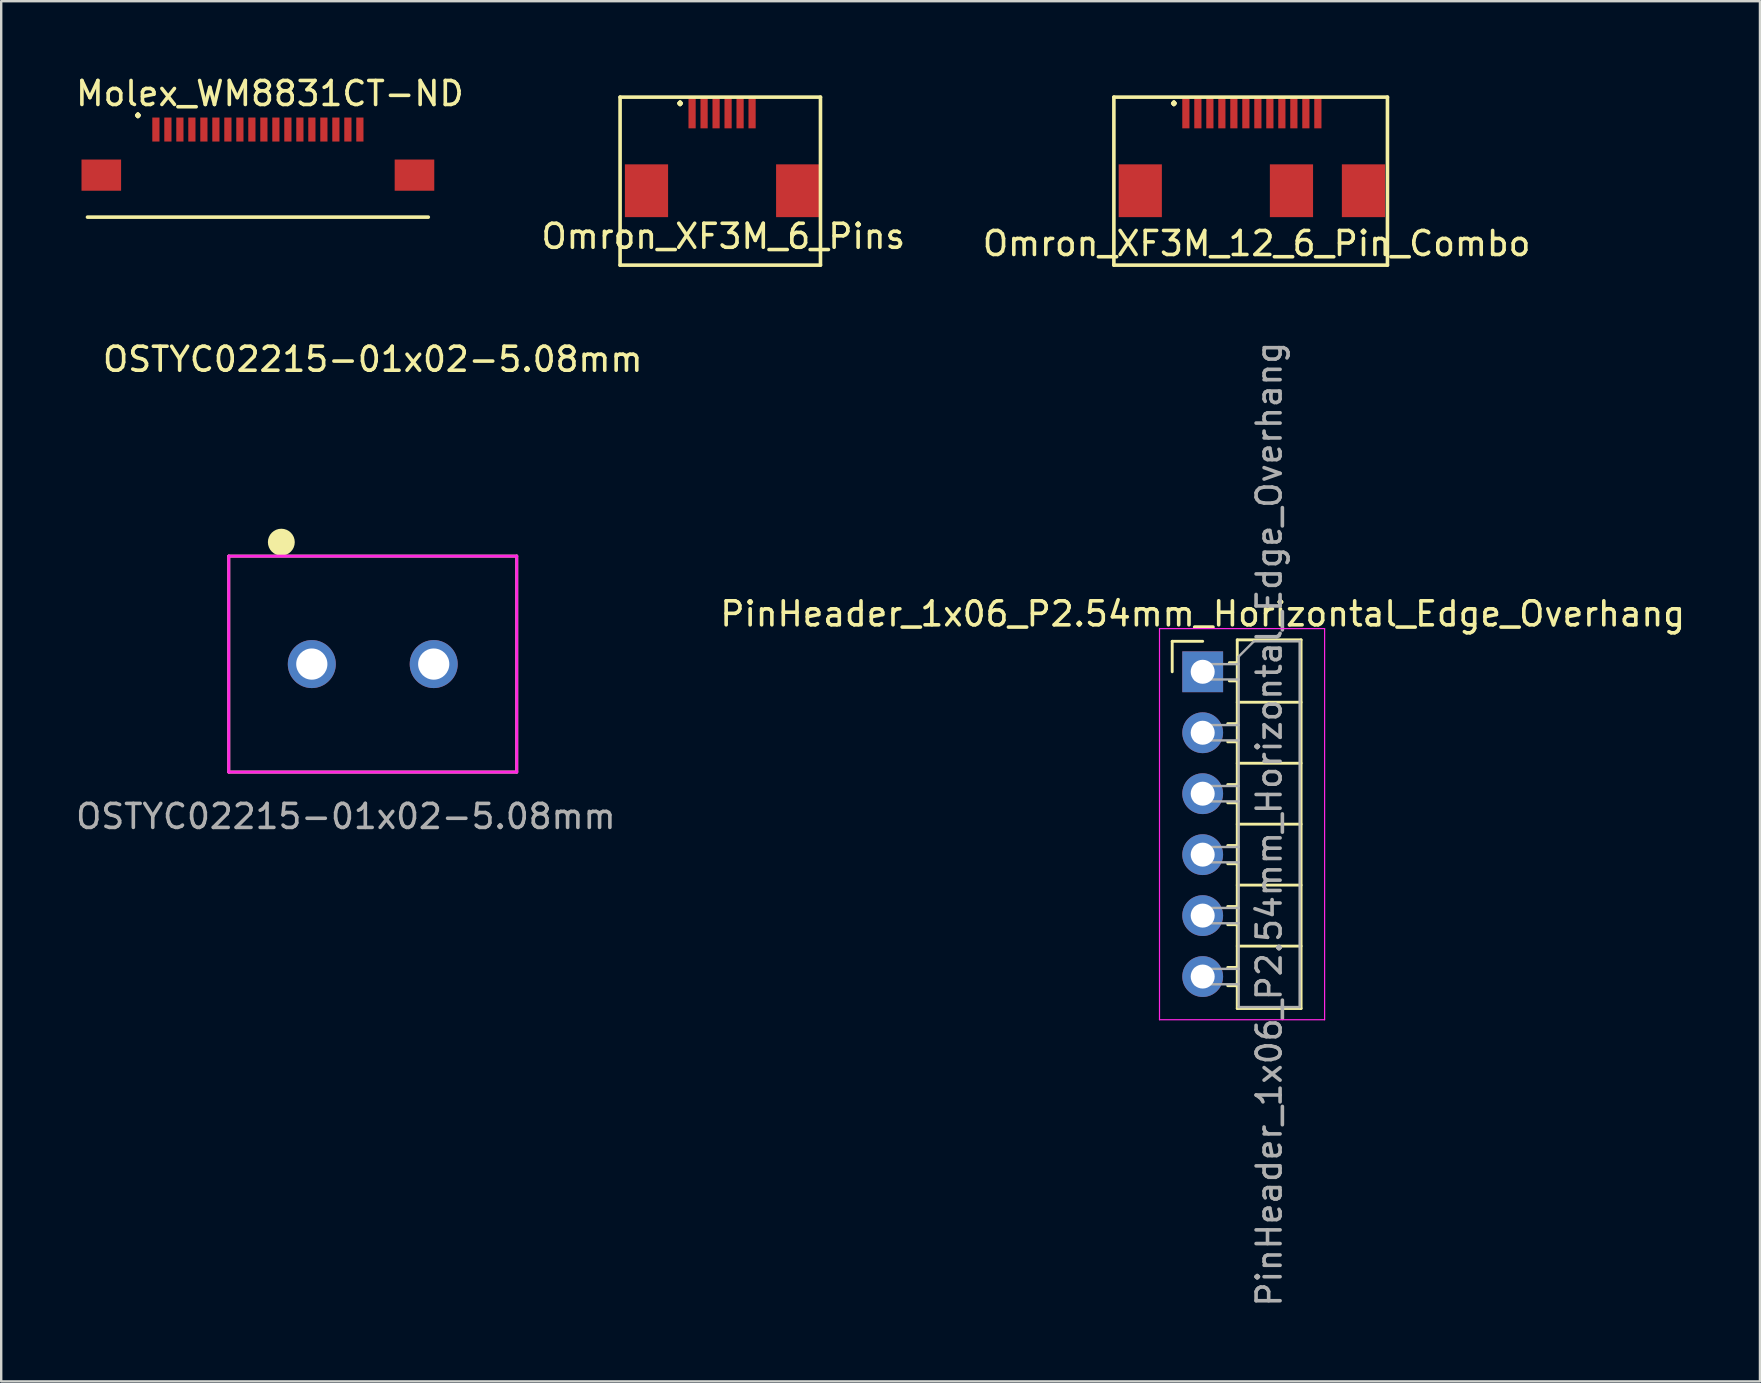
<source format=kicad_pcb>
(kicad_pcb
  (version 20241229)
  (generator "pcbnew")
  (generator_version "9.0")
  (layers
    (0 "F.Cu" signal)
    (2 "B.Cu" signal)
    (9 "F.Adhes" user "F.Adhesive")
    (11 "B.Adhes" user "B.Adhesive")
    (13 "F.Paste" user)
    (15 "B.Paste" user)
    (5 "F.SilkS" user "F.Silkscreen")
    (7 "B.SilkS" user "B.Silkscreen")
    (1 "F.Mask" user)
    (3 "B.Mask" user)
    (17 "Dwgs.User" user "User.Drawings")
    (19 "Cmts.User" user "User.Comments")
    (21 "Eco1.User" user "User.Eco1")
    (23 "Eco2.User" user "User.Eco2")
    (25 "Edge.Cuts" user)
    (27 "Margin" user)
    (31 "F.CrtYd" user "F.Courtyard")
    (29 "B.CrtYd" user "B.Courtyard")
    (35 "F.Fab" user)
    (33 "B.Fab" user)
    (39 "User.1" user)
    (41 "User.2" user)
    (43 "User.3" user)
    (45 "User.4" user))
  (footprint "Omron_XF3M_6_Pins"
    (layer "F.Cu")
    (at 25.789 1.648)
    (property "Reference" "Omron_XF3M_6_Pins" (at 1.3 5.15 0) (layer "F.SilkS") (effects (font (size 1 1) (thickness 0.15))))
    (attr through_hole)
    (fp_line (start -3 -0.65) (end 5.35 -0.65) (stroke (width 0.15) (type solid)) (layer "F.SilkS"))
    (fp_line (start -3 6.35) (end -3 -0.65) (stroke (width 0.15) (type solid)) (layer "F.SilkS"))
    (fp_line (start 5.35 -0.65) (end 5.35 6.35) (stroke (width 0.15) (type solid)) (layer "F.SilkS"))
    (fp_line (start 5.35 6.35) (end -3 6.35) (stroke (width 0.15) (type solid)) (layer "F.SilkS"))
    (fp_text user "." (at -0.5 -0.8 0) (layer "F.SilkS") (effects (font (size 1 1) (thickness 0.15))))
    (pad "" smd rect (at -1.9 3.25) (size 1.8 2.2) (layers "F.Cu" "F.Mask" "F.Paste"))
    (pad "" smd rect (at 4.4 3.25) (size 1.8 2.2) (layers "F.Cu" "F.Mask" "F.Paste"))
    (pad "1" smd rect (at 0 0) (size 0.3 1.3) (layers "F.Cu" "F.Mask" "F.Paste"))
    (pad "2" smd rect (at 0.5 0) (size 0.3 1.3) (layers "F.Cu" "F.Mask" "F.Paste"))
    (pad "3" smd rect (at 1 0) (size 0.3 1.3) (layers "F.Cu" "F.Mask" "F.Paste"))
    (pad "4" smd rect (at 1.5 0) (size 0.3 1.3) (layers "F.Cu" "F.Mask" "F.Paste"))
    (pad "5" smd rect (at 2 0) (size 0.3 1.3) (layers "F.Cu" "F.Mask" "F.Paste"))
    (pad "6" smd rect (at 2.5 0) (size 0.3 1.3) (layers "F.Cu" "F.Mask" "F.Paste")))
  (footprint "Molex_WM8831CT-ND"
    (layer "F.Cu")
    (at 7.696 2.848)
    (property "Reference" "Molex_WM8831CT-ND" (at 0.5 -2 0) (layer "F.SilkS") (effects (font (size 1 1) (thickness 0.15))))
    (attr through_hole)
    (fp_line (start -7.1 3.15) (end 7.1 3.15) (stroke (width 0.15) (type solid)) (layer "F.SilkS"))
    (fp_text user "." (at -5 -1.5 0) (layer "F.SilkS") (effects (font (size 1 1) (thickness 0.15))))
    (pad "" smd rect (at -6.525 1.4) (size 1.65 1.3) (layers "F.Cu" "F.Mask" "F.Paste"))
    (pad "" smd rect (at 6.525 1.4) (size 1.65 1.3) (layers "F.Cu" "F.Mask" "F.Paste"))
    (pad "1" smd rect (at -4.25 -0.5) (size 0.3 1) (layers "F.Cu" "F.Mask" "F.Paste"))
    (pad "2" smd rect (at -3.75 -0.5) (size 0.3 1) (layers "F.Cu" "F.Mask" "F.Paste"))
    (pad "3" smd rect (at -3.25 -0.5) (size 0.3 1) (layers "F.Cu" "F.Mask" "F.Paste"))
    (pad "4" smd rect (at -2.75 -0.5) (size 0.3 1) (layers "F.Cu" "F.Mask" "F.Paste"))
    (pad "5" smd rect (at -2.25 -0.5) (size 0.3 1) (layers "F.Cu" "F.Mask" "F.Paste"))
    (pad "6" smd rect (at -1.75 -0.5) (size 0.3 1) (layers "F.Cu" "F.Mask" "F.Paste"))
    (pad "7" smd rect (at -1.25 -0.5) (size 0.3 1) (layers "F.Cu" "F.Mask" "F.Paste"))
    (pad "8" smd rect (at -0.75 -0.5) (size 0.3 1) (layers "F.Cu" "F.Mask" "F.Paste"))
    (pad "9" smd rect (at -0.25 -0.5) (size 0.3 1) (layers "F.Cu" "F.Mask" "F.Paste"))
    (pad "10" smd rect (at 0.25 -0.5) (size 0.3 1) (layers "F.Cu" "F.Mask" "F.Paste"))
    (pad "11" smd rect (at 0.75 -0.5) (size 0.3 1) (layers "F.Cu" "F.Mask" "F.Paste"))
    (pad "12" smd rect (at 1.25 -0.5) (size 0.3 1) (layers "F.Cu" "F.Mask" "F.Paste"))
    (pad "13" smd rect (at 1.75 -0.5) (size 0.3 1) (layers "F.Cu" "F.Mask" "F.Paste"))
    (pad "14" smd rect (at 2.25 -0.5) (size 0.3 1) (layers "F.Cu" "F.Mask" "F.Paste"))
    (pad "15" smd rect (at 2.75 -0.5) (size 0.3 1) (layers "F.Cu" "F.Mask" "F.Paste"))
    (pad "16" smd rect (at 3.25 -0.5) (size 0.3 1) (layers "F.Cu" "F.Mask" "F.Paste"))
    (pad "17" smd rect (at 3.75 -0.5) (size 0.3 1) (layers "F.Cu" "F.Mask" "F.Paste"))
    (pad "18" smd rect (at 4.25 -0.5) (size 0.3 1) (layers "F.Cu" "F.Mask" "F.Paste")))
  (footprint "OSTYC02215-01x02-5.08mm"
    (layer "F.Cu")
    (at 12.483 24.622)
    (property "Reference" "OSTYC02215-01x02-5.08mm" (at 0 -12.7 0) (unlocked yes) (layer "F.SilkS") (effects (font (size 1 1) (thickness 0.15))))
    (attr through_hole)
    (fp_line (start -6 -4.5) (end -6 4.5) (stroke (width 0.12) (type default)) (layer "F.SilkS"))
    (fp_line (start -6 -4.5) (end 6 -4.5) (stroke (width 0.12) (type default)) (layer "F.SilkS"))
    (fp_line (start -6 4.5) (end 6 4.5) (stroke (width 0.12) (type default)) (layer "F.SilkS"))
    (fp_line (start 6 -4.5) (end 6 4.5) (stroke (width 0.12) (type default)) (layer "F.SilkS"))
    (fp_circle (center -3.81 -5.08) (end -3.31 -5.08) (stroke (width 0.12) (type solid)) (fill yes) (layer "F.SilkS"))
    (fp_line (start -6 -4.5) (end -6 4.5) (stroke (width 0.12) (type default)) (layer "F.CrtYd"))
    (fp_line (start -6 -4.5) (end 6 -4.5) (stroke (width 0.12) (type default)) (layer "F.CrtYd"))
    (fp_line (start -6 4.5) (end 6 4.5) (stroke (width 0.12) (type default)) (layer "F.CrtYd"))
    (fp_line (start 6 -4.5) (end 6 4.5) (stroke (width 0.12) (type default)) (layer "F.CrtYd"))
    (fp_text user "${REFERENCE}" (at -1.12 6.35 0) (unlocked yes) (layer "F.Fab") (effects (font (size 1 1) (thickness 0.15))))
    (pad "1" thru_hole circle (at -2.54 0) (size 2 2) (drill 1.3) (layers "*.Cu" "*.Mask"))
    (pad "2" thru_hole circle (at 2.54 0) (size 2 2) (drill 1.3) (layers "*.Cu" "*.Mask")))
  (footprint "Omron_XF3M_12_6_Pin_Combo"
    (layer "F.Cu")
    (at 46.365 1.648)
    (property "Reference" "Omron_XF3M_12_6_Pin_Combo" (at 2.95 5.45 0) (layer "F.SilkS") (effects (font (size 1 1) (thickness 0.15))))
    (attr through_hole)
    (fp_line (start -3 -0.65) (end 8.4 -0.65) (stroke (width 0.15) (type solid)) (layer "F.SilkS"))
    (fp_line (start -3 6.35) (end -3 -0.65) (stroke (width 0.15) (type solid)) (layer "F.SilkS"))
    (fp_line (start 8.4 -0.65) (end 8.4 6.35) (stroke (width 0.15) (type solid)) (layer "F.SilkS"))
    (fp_line (start 8.4 6.35) (end -3 6.35) (stroke (width 0.15) (type solid)) (layer "F.SilkS"))
    (fp_text user "." (at -0.5 -0.8 0) (layer "F.SilkS") (effects (font (size 1 1) (thickness 0.15))))
    (pad "" smd rect (at -1.9 3.25) (size 1.8 2.2) (layers "F.Cu" "F.Mask" "F.Paste"))
    (pad "" smd rect (at 4.4 3.25) (size 1.8 2.2) (layers "F.Cu" "F.Mask" "F.Paste"))
    (pad "" smd rect (at 7.4 3.25) (size 1.8 2.2) (layers "F.Cu" "F.Mask" "F.Paste"))
    (pad "1" smd rect (at 0 0) (size 0.3 1.3) (layers "F.Cu" "F.Mask" "F.Paste"))
    (pad "2" smd rect (at 0.5 0) (size 0.3 1.3) (layers "F.Cu" "F.Mask" "F.Paste"))
    (pad "3" smd rect (at 1 0) (size 0.3 1.3) (layers "F.Cu" "F.Mask" "F.Paste"))
    (pad "4" smd rect (at 1.5 0) (size 0.3 1.3) (layers "F.Cu" "F.Mask" "F.Paste"))
    (pad "5" smd rect (at 2 0) (size 0.3 1.3) (layers "F.Cu" "F.Mask" "F.Paste"))
    (pad "6" smd rect (at 2.5 0) (size 0.3 1.3) (layers "F.Cu" "F.Mask" "F.Paste"))
    (pad "7" smd rect (at 3 0) (size 0.3 1.3) (layers "F.Cu" "F.Mask" "F.Paste"))
    (pad "8" smd rect (at 3.5 0) (size 0.3 1.3) (layers "F.Cu" "F.Mask" "F.Paste"))
    (pad "9" smd rect (at 4 0) (size 0.3 1.3) (layers "F.Cu" "F.Mask" "F.Paste"))
    (pad "10" smd rect (at 4.5 0) (size 0.3 1.3) (layers "F.Cu" "F.Mask" "F.Paste"))
    (pad "11" smd rect (at 5 0) (size 0.3 1.3) (layers "F.Cu" "F.Mask" "F.Paste"))
    (pad "12" smd rect (at 5.5 0) (size 0.3 1.3) (layers "F.Cu" "F.Mask" "F.Paste")))
  (footprint "PinHeader_1x06_P2.54mm_Horizontal_Edge_Overhang"
    (layer "F.Cu")
    (at 47.066 24.943)
    (property "Reference" "PinHeader_1x06_P2.54mm_Horizontal_Edge_Overhang" (at 0 -2.413 0) (layer "F.SilkS") (effects (font (size 1 1) (thickness 0.15))))
    (attr through_hole)
    (fp_line (start -1.27 -1.27) (end 0 -1.27) (stroke (width 0.12) (type solid)) (layer "F.SilkS"))
    (fp_line (start -1.27 0) (end -1.27 -1.27) (stroke (width 0.12) (type solid)) (layer "F.SilkS"))
    (fp_line (start 1.043 2.16) (end 1.44 2.16) (stroke (width 0.12) (type solid)) (layer "F.SilkS"))
    (fp_line (start 1.043 2.92) (end 1.44 2.92) (stroke (width 0.12) (type solid)) (layer "F.SilkS"))
    (fp_line (start 1.043 4.7) (end 1.44 4.7) (stroke (width 0.12) (type solid)) (layer "F.SilkS"))
    (fp_line (start 1.043 5.46) (end 1.44 5.46) (stroke (width 0.12) (type solid)) (layer "F.SilkS"))
    (fp_line (start 1.043 7.24) (end 1.44 7.24) (stroke (width 0.12) (type solid)) (layer "F.SilkS"))
    (fp_line (start 1.043 8) (end 1.44 8) (stroke (width 0.12) (type solid)) (layer "F.SilkS"))
    (fp_line (start 1.043 9.78) (end 1.44 9.78) (stroke (width 0.12) (type solid)) (layer "F.SilkS"))
    (fp_line (start 1.043 10.54) (end 1.44 10.54) (stroke (width 0.12) (type solid)) (layer "F.SilkS"))
    (fp_line (start 1.043 12.32) (end 1.44 12.32) (stroke (width 0.12) (type solid)) (layer "F.SilkS"))
    (fp_line (start 1.043 13.08) (end 1.44 13.08) (stroke (width 0.12) (type solid)) (layer "F.SilkS"))
    (fp_line (start 1.11 -0.38) (end 1.44 -0.38) (stroke (width 0.12) (type solid)) (layer "F.SilkS"))
    (fp_line (start 1.11 0.38) (end 1.44 0.38) (stroke (width 0.12) (type solid)) (layer "F.SilkS"))
    (fp_line (start 1.44 -1.33) (end 1.44 14.03) (stroke (width 0.12) (type solid)) (layer "F.SilkS"))
    (fp_line (start 1.44 1.27) (end 4.1 1.27) (stroke (width 0.12) (type solid)) (layer "F.SilkS"))
    (fp_line (start 1.44 3.81) (end 4.1 3.81) (stroke (width 0.12) (type solid)) (layer "F.SilkS"))
    (fp_line (start 1.44 6.35) (end 4.1 6.35) (stroke (width 0.12) (type solid)) (layer "F.SilkS"))
    (fp_line (start 1.44 8.89) (end 4.1 8.89) (stroke (width 0.12) (type solid)) (layer "F.SilkS"))
    (fp_line (start 1.44 11.43) (end 4.1 11.43) (stroke (width 0.12) (type solid)) (layer "F.SilkS"))
    (fp_line (start 1.44 14.03) (end 4.1 14.03) (stroke (width 0.12) (type solid)) (layer "F.SilkS"))
    (fp_line (start 4.1 -1.33) (end 1.44 -1.33) (stroke (width 0.12) (type solid)) (layer "F.SilkS"))
    (fp_line (start 4.1 14.03) (end 4.1 -1.33) (stroke (width 0.12) (type solid)) (layer "F.SilkS"))
    (fp_line (start -1.8 -1.8) (end -1.8 14.5) (stroke (width 0.05) (type solid)) (layer "F.CrtYd"))
    (fp_line (start -1.8 14.5) (end 5.08 14.5) (stroke (width 0.05) (type solid)) (layer "F.CrtYd"))
    (fp_line (start 5.08 -1.8) (end -1.8 -1.8) (stroke (width 0.05) (type solid)) (layer "F.CrtYd"))
    (fp_line (start 5.08 14.5) (end 5.08 -1.8) (stroke (width 0.05) (type solid)) (layer "F.CrtYd"))
    (fp_line (start -0.32 -0.32) (end -0.32 0.32) (stroke (width 0.1) (type solid)) (layer "F.Fab"))
    (fp_line (start -0.32 -0.32) (end 1.5 -0.32) (stroke (width 0.1) (type solid)) (layer "F.Fab"))
    (fp_line (start -0.32 0.32) (end 1.5 0.32) (stroke (width 0.1) (type solid)) (layer "F.Fab"))
    (fp_line (start -0.32 2.22) (end -0.32 2.86) (stroke (width 0.1) (type solid)) (layer "F.Fab"))
    (fp_line (start -0.32 2.22) (end 1.5 2.22) (stroke (width 0.1) (type solid)) (layer "F.Fab"))
    (fp_line (start -0.32 2.86) (end 1.5 2.86) (stroke (width 0.1) (type solid)) (layer "F.Fab"))
    (fp_line (start -0.32 4.76) (end -0.32 5.4) (stroke (width 0.1) (type solid)) (layer "F.Fab"))
    (fp_line (start -0.32 4.76) (end 1.5 4.76) (stroke (width 0.1) (type solid)) (layer "F.Fab"))
    (fp_line (start -0.32 5.4) (end 1.5 5.4) (stroke (width 0.1) (type solid)) (layer "F.Fab"))
    (fp_line (start -0.32 7.3) (end -0.32 7.94) (stroke (width 0.1) (type solid)) (layer "F.Fab"))
    (fp_line (start -0.32 7.3) (end 1.5 7.3) (stroke (width 0.1) (type solid)) (layer "F.Fab"))
    (fp_line (start -0.32 7.94) (end 1.5 7.94) (stroke (width 0.1) (type solid)) (layer "F.Fab"))
    (fp_line (start -0.32 9.84) (end -0.32 10.48) (stroke (width 0.1) (type solid)) (layer "F.Fab"))
    (fp_line (start -0.32 9.84) (end 1.5 9.84) (stroke (width 0.1) (type solid)) (layer "F.Fab"))
    (fp_line (start -0.32 10.48) (end 1.5 10.48) (stroke (width 0.1) (type solid)) (layer "F.Fab"))
    (fp_line (start -0.32 12.38) (end -0.32 13.02) (stroke (width 0.1) (type solid)) (layer "F.Fab"))
    (fp_line (start -0.32 12.38) (end 1.5 12.38) (stroke (width 0.1) (type solid)) (layer "F.Fab"))
    (fp_line (start -0.32 13.02) (end 1.5 13.02) (stroke (width 0.1) (type solid)) (layer "F.Fab"))
    (fp_line (start 1.5 -0.635) (end 2.135 -1.27) (stroke (width 0.1) (type solid)) (layer "F.Fab"))
    (fp_line (start 1.5 13.97) (end 1.5 -0.635) (stroke (width 0.1) (type solid)) (layer "F.Fab"))
    (fp_line (start 2.135 -1.27) (end 4.04 -1.27) (stroke (width 0.1) (type solid)) (layer "F.Fab"))
    (fp_line (start 4.04 -1.27) (end 4.04 13.97) (stroke (width 0.1) (type solid)) (layer "F.Fab"))
    (fp_line (start 4.04 13.97) (end 1.5 13.97) (stroke (width 0.1) (type solid)) (layer "F.Fab"))
    (fp_text user "${REFERENCE}" (at 2.77 6.35 90) (layer "F.Fab") (effects (font (size 1 1) (thickness 0.15))))
    (pad "1" thru_hole rect (at 0 0) (size 1.7 1.7) (drill 1) (layers "*.Cu" "*.Mask"))
    (pad "2" thru_hole oval (at 0 2.54) (size 1.7 1.7) (drill 1) (layers "*.Cu" "*.Mask"))
    (pad "3" thru_hole oval (at 0 5.08) (size 1.7 1.7) (drill 1) (layers "*.Cu" "*.Mask"))
    (pad "4" thru_hole oval (at 0 7.62) (size 1.7 1.7) (drill 1) (layers "*.Cu" "*.Mask"))
    (pad "5" thru_hole oval (at 0 10.16) (size 1.7 1.7) (drill 1) (layers "*.Cu" "*.Mask"))
    (pad "6" thru_hole oval (at 0 12.7) (size 1.7 1.7) (drill 1) (layers "*.Cu" "*.Mask")))
  (gr_rect
    (start -3 -3)
    (end 70.287 54.514)
    (stroke (width 0.1) (type default))
    (fill no)
    (layer "Edge.Cuts")))
</source>
